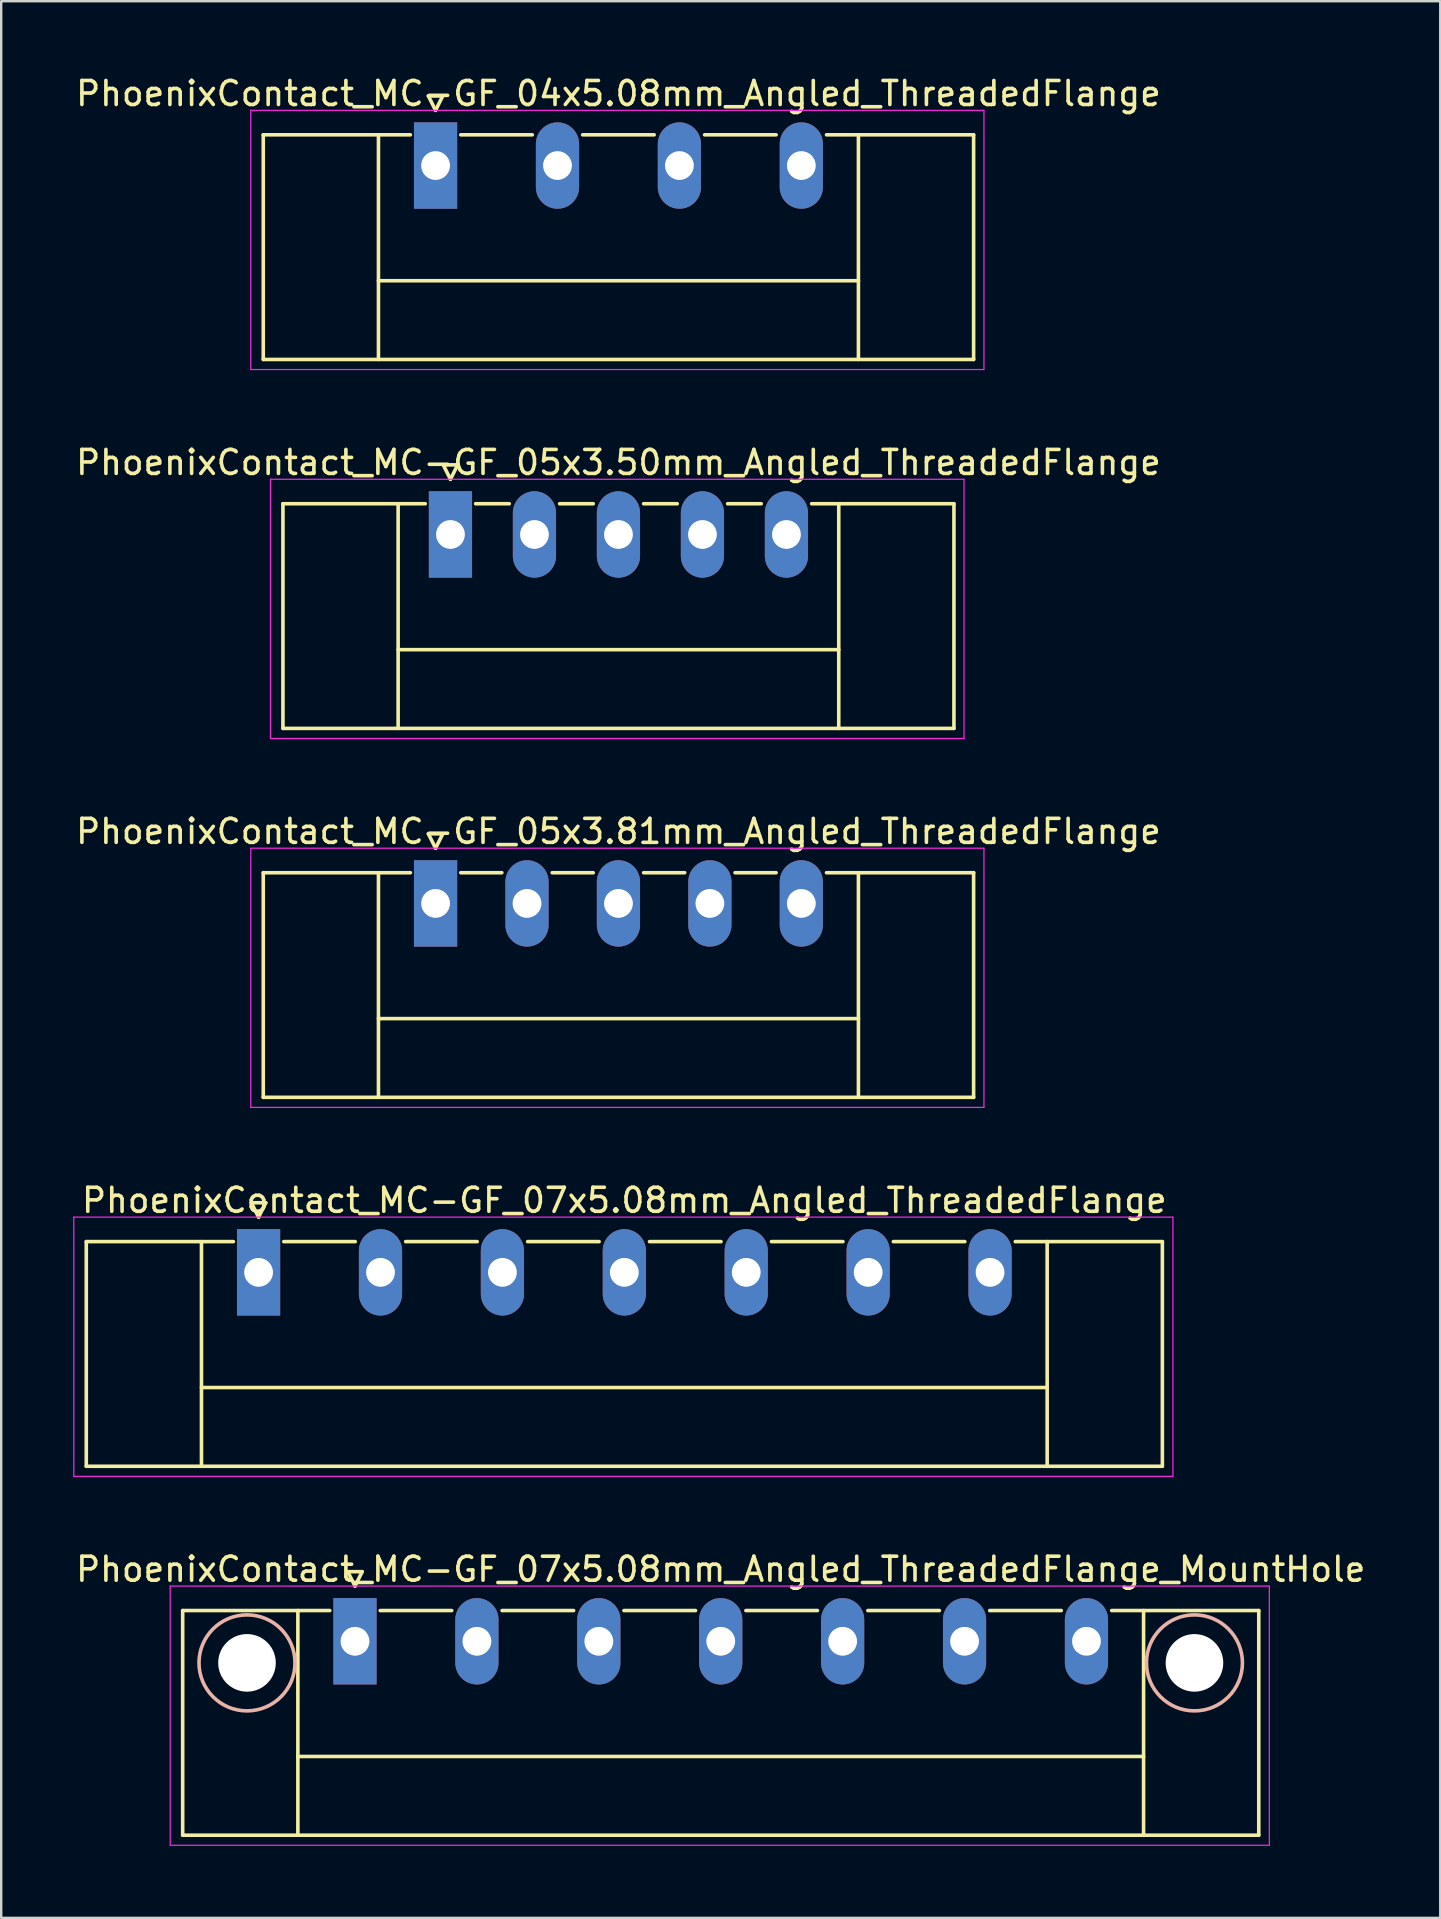
<source format=kicad_pcb>
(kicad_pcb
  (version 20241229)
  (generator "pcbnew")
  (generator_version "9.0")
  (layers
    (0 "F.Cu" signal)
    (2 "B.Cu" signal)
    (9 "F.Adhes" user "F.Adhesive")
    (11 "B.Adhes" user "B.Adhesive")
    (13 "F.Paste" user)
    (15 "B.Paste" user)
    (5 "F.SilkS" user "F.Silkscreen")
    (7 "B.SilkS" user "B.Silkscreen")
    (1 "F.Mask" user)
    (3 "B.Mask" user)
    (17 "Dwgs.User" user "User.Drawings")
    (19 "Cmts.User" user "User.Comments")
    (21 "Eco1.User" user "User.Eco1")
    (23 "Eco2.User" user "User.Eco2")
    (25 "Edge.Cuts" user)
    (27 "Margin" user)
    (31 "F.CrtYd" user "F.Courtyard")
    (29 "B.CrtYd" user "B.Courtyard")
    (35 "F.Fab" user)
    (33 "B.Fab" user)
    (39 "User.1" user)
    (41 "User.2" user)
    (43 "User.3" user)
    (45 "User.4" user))
  (footprint "PhoenixContact_MC-GF_04x5.08mm_Angled_ThreadedFlange"
    (layer "F.Cu")
    (at 15.1 3.848)
    (property "Reference" "PhoenixContact_MC-GF_04x5.08mm_Angled_ThreadedFlange" (at 7.62 -3 0) (layer "F.SilkS") (effects (font (size 1 1) (thickness 0.15))))
    (attr through_hole)
    (fp_line (start -7.18 -1.28) (end -7.18 8.08) (stroke (width 0.15) (type solid)) (layer "F.SilkS"))
    (fp_line (start -7.18 -1.28) (end -1.05 -1.28) (stroke (width 0.15) (type solid)) (layer "F.SilkS"))
    (fp_line (start -7.18 8.08) (end 22.42 8.08) (stroke (width 0.15) (type solid)) (layer "F.SilkS"))
    (fp_line (start -2.38 -1.28) (end -2.38 8.08) (stroke (width 0.15) (type solid)) (layer "F.SilkS"))
    (fp_line (start -2.38 4.8) (end 17.62 4.8) (stroke (width 0.15) (type solid)) (layer "F.SilkS"))
    (fp_line (start -0.3 -2.9) (end 0 -2.3) (stroke (width 0.15) (type solid)) (layer "F.SilkS"))
    (fp_line (start 0 -2.3) (end 0.3 -2.9) (stroke (width 0.15) (type solid)) (layer "F.SilkS"))
    (fp_line (start 0.3 -2.9) (end -0.3 -2.9) (stroke (width 0.15) (type solid)) (layer "F.SilkS"))
    (fp_line (start 1.05 -1.28) (end 4.03 -1.28) (stroke (width 0.15) (type solid)) (layer "F.SilkS"))
    (fp_line (start 6.13 -1.28) (end 9.11 -1.28) (stroke (width 0.15) (type solid)) (layer "F.SilkS"))
    (fp_line (start 11.21 -1.28) (end 14.19 -1.28) (stroke (width 0.15) (type solid)) (layer "F.SilkS"))
    (fp_line (start 17.62 -1.28) (end 17.62 8.08) (stroke (width 0.15) (type solid)) (layer "F.SilkS"))
    (fp_line (start 22.42 -1.28) (end 16.29 -1.28) (stroke (width 0.15) (type solid)) (layer "F.SilkS"))
    (fp_line (start 22.42 8.08) (end 22.42 -1.28) (stroke (width 0.15) (type solid)) (layer "F.SilkS"))
    (fp_line (start -7.7 -2.3) (end -7.7 8.5) (stroke (width 0.05) (type solid)) (layer "F.CrtYd"))
    (fp_line (start -7.7 8.5) (end 22.85 8.5) (stroke (width 0.05) (type solid)) (layer "F.CrtYd"))
    (fp_line (start 22.85 -2.3) (end -7.7 -2.3) (stroke (width 0.05) (type solid)) (layer "F.CrtYd"))
    (fp_line (start 22.85 8.5) (end 22.85 -2.3) (stroke (width 0.05) (type solid)) (layer "F.CrtYd"))
    (pad "1" thru_hole rect (at 0 0) (size 1.8 3.6) (drill 1.2) (layers "*.Cu" "*.Mask"))
    (pad "2" thru_hole oval (at 5.08 0) (size 1.8 3.6) (drill 1.2) (layers "*.Cu" "*.Mask"))
    (pad "3" thru_hole oval (at 10.16 0) (size 1.8 3.6) (drill 1.2) (layers "*.Cu" "*.Mask"))
    (pad "4" thru_hole oval (at 15.24 0) (size 1.8 3.6) (drill 1.2) (layers "*.Cu" "*.Mask")))
  (footprint "PhoenixContact_MC-GF_07x5.08mm_Angled_ThreadedFlange_MountHole"
    (layer "F.Cu")
    (at 11.742 65.341)
    (property "Reference" "PhoenixContact_MC-GF_07x5.08mm_Angled_ThreadedFlange_MountHole" (at 15.24 -3 0) (layer "F.SilkS") (effects (font (size 1 1) (thickness 0.15))))
    (attr through_hole)
    (fp_line (start -7.18 -1.28) (end -7.18 8.08) (stroke (width 0.15) (type solid)) (layer "F.SilkS"))
    (fp_line (start -7.18 -1.28) (end -1.05 -1.28) (stroke (width 0.15) (type solid)) (layer "F.SilkS"))
    (fp_line (start -7.18 8.08) (end 37.66 8.08) (stroke (width 0.15) (type solid)) (layer "F.SilkS"))
    (fp_line (start -2.38 -1.28) (end -2.38 8.08) (stroke (width 0.15) (type solid)) (layer "F.SilkS"))
    (fp_line (start -2.38 4.8) (end 32.86 4.8) (stroke (width 0.15) (type solid)) (layer "F.SilkS"))
    (fp_line (start -0.3 -2.9) (end 0 -2.3) (stroke (width 0.15) (type solid)) (layer "F.SilkS"))
    (fp_line (start 0 -2.3) (end 0.3 -2.9) (stroke (width 0.15) (type solid)) (layer "F.SilkS"))
    (fp_line (start 0.3 -2.9) (end -0.3 -2.9) (stroke (width 0.15) (type solid)) (layer "F.SilkS"))
    (fp_line (start 1.05 -1.28) (end 4.03 -1.28) (stroke (width 0.15) (type solid)) (layer "F.SilkS"))
    (fp_line (start 6.13 -1.28) (end 9.11 -1.28) (stroke (width 0.15) (type solid)) (layer "F.SilkS"))
    (fp_line (start 11.21 -1.28) (end 14.19 -1.28) (stroke (width 0.15) (type solid)) (layer "F.SilkS"))
    (fp_line (start 16.29 -1.28) (end 19.27 -1.28) (stroke (width 0.15) (type solid)) (layer "F.SilkS"))
    (fp_line (start 21.37 -1.28) (end 24.35 -1.28) (stroke (width 0.15) (type solid)) (layer "F.SilkS"))
    (fp_line (start 26.45 -1.28) (end 29.43 -1.28) (stroke (width 0.15) (type solid)) (layer "F.SilkS"))
    (fp_line (start 32.86 -1.28) (end 32.86 8.08) (stroke (width 0.15) (type solid)) (layer "F.SilkS"))
    (fp_line (start 37.66 -1.28) (end 31.53 -1.28) (stroke (width 0.15) (type solid)) (layer "F.SilkS"))
    (fp_line (start 37.66 8.08) (end 37.66 -1.28) (stroke (width 0.15) (type solid)) (layer "F.SilkS"))
    (fp_circle (center -4.5 0.9) (end -2.5 0.9) (stroke (width 0.15) (type solid)) (fill no) (layer "B.SilkS"))
    (fp_circle (center 34.98 0.9) (end 36.98 0.9) (stroke (width 0.15) (type solid)) (fill no) (layer "B.SilkS"))
    (fp_line (start -7.7 -2.3) (end -7.7 8.5) (stroke (width 0.05) (type solid)) (layer "F.CrtYd"))
    (fp_line (start -7.7 8.5) (end 38.1 8.5) (stroke (width 0.05) (type solid)) (layer "F.CrtYd"))
    (fp_line (start 38.1 -2.3) (end -7.7 -2.3) (stroke (width 0.05) (type solid)) (layer "F.CrtYd"))
    (fp_line (start 38.1 8.5) (end 38.1 -2.3) (stroke (width 0.05) (type solid)) (layer "F.CrtYd"))
    (pad "" np_thru_hole circle (at -4.5 0.9) (size 2.4 2.4) (drill 2.4) (layers "*.Cu" "*.Mask"))
    (pad "" np_thru_hole circle (at 34.98 0.9) (size 2.4 2.4) (drill 2.4) (layers "*.Cu" "*.Mask"))
    (pad "1" thru_hole rect (at 0 0) (size 1.8 3.6) (drill 1.2) (layers "*.Cu" "*.Mask"))
    (pad "2" thru_hole oval (at 5.08 0) (size 1.8 3.6) (drill 1.2) (layers "*.Cu" "*.Mask"))
    (pad "3" thru_hole oval (at 10.16 0) (size 1.8 3.6) (drill 1.2) (layers "*.Cu" "*.Mask"))
    (pad "4" thru_hole oval (at 15.24 0) (size 1.8 3.6) (drill 1.2) (layers "*.Cu" "*.Mask"))
    (pad "5" thru_hole oval (at 20.32 0) (size 1.8 3.6) (drill 1.2) (layers "*.Cu" "*.Mask"))
    (pad "6" thru_hole oval (at 25.4 0) (size 1.8 3.6) (drill 1.2) (layers "*.Cu" "*.Mask"))
    (pad "7" thru_hole oval (at 30.48 0) (size 1.8 3.6) (drill 1.2) (layers "*.Cu" "*.Mask")))
  (footprint "PhoenixContact_MC-GF_05x3.50mm_Angled_ThreadedFlange"
    (layer "F.Cu")
    (at 15.72 19.221)
    (property "Reference" "PhoenixContact_MC-GF_05x3.50mm_Angled_ThreadedFlange" (at 7 -3 0) (layer "F.SilkS") (effects (font (size 1 1) (thickness 0.15))))
    (attr through_hole)
    (fp_line (start -6.98 -1.28) (end -6.98 8.08) (stroke (width 0.15) (type solid)) (layer "F.SilkS"))
    (fp_line (start -6.98 -1.28) (end -1.05 -1.28) (stroke (width 0.15) (type solid)) (layer "F.SilkS"))
    (fp_line (start -6.98 8.08) (end 20.98 8.08) (stroke (width 0.15) (type solid)) (layer "F.SilkS"))
    (fp_line (start -2.18 -1.28) (end -2.18 8.08) (stroke (width 0.15) (type solid)) (layer "F.SilkS"))
    (fp_line (start -2.18 4.8) (end 16.18 4.8) (stroke (width 0.15) (type solid)) (layer "F.SilkS"))
    (fp_line (start -0.3 -2.9) (end 0 -2.3) (stroke (width 0.15) (type solid)) (layer "F.SilkS"))
    (fp_line (start 0 -2.3) (end 0.3 -2.9) (stroke (width 0.15) (type solid)) (layer "F.SilkS"))
    (fp_line (start 0.3 -2.9) (end -0.3 -2.9) (stroke (width 0.15) (type solid)) (layer "F.SilkS"))
    (fp_line (start 1.05 -1.28) (end 2.45 -1.28) (stroke (width 0.15) (type solid)) (layer "F.SilkS"))
    (fp_line (start 4.55 -1.28) (end 5.95 -1.28) (stroke (width 0.15) (type solid)) (layer "F.SilkS"))
    (fp_line (start 8.05 -1.28) (end 9.45 -1.28) (stroke (width 0.15) (type solid)) (layer "F.SilkS"))
    (fp_line (start 11.55 -1.28) (end 12.95 -1.28) (stroke (width 0.15) (type solid)) (layer "F.SilkS"))
    (fp_line (start 16.18 -1.28) (end 16.18 8.08) (stroke (width 0.15) (type solid)) (layer "F.SilkS"))
    (fp_line (start 20.98 -1.28) (end 15.05 -1.28) (stroke (width 0.15) (type solid)) (layer "F.SilkS"))
    (fp_line (start 20.98 8.08) (end 20.98 -1.28) (stroke (width 0.15) (type solid)) (layer "F.SilkS"))
    (fp_line (start -7.5 -2.3) (end -7.5 8.5) (stroke (width 0.05) (type solid)) (layer "F.CrtYd"))
    (fp_line (start -7.5 8.5) (end 21.4 8.5) (stroke (width 0.05) (type solid)) (layer "F.CrtYd"))
    (fp_line (start 21.4 -2.3) (end -7.5 -2.3) (stroke (width 0.05) (type solid)) (layer "F.CrtYd"))
    (fp_line (start 21.4 8.5) (end 21.4 -2.3) (stroke (width 0.05) (type solid)) (layer "F.CrtYd"))
    (pad "1" thru_hole rect (at 0 0) (size 1.8 3.6) (drill 1.2) (layers "*.Cu" "*.Mask"))
    (pad "2" thru_hole oval (at 3.5 0) (size 1.8 3.6) (drill 1.2) (layers "*.Cu" "*.Mask"))
    (pad "3" thru_hole oval (at 7 0) (size 1.8 3.6) (drill 1.2) (layers "*.Cu" "*.Mask"))
    (pad "4" thru_hole oval (at 10.5 0) (size 1.8 3.6) (drill 1.2) (layers "*.Cu" "*.Mask"))
    (pad "5" thru_hole oval (at 14 0) (size 1.8 3.6) (drill 1.2) (layers "*.Cu" "*.Mask")))
  (footprint "PhoenixContact_MC-GF_05x3.81mm_Angled_ThreadedFlange"
    (layer "F.Cu")
    (at 15.1 34.595)
    (property "Reference" "PhoenixContact_MC-GF_05x3.81mm_Angled_ThreadedFlange" (at 7.62 -3 0) (layer "F.SilkS") (effects (font (size 1 1) (thickness 0.15))))
    (attr through_hole)
    (fp_line (start -7.18 -1.28) (end -7.18 8.08) (stroke (width 0.15) (type solid)) (layer "F.SilkS"))
    (fp_line (start -7.18 -1.28) (end -1.05 -1.28) (stroke (width 0.15) (type solid)) (layer "F.SilkS"))
    (fp_line (start -7.18 8.08) (end 22.42 8.08) (stroke (width 0.15) (type solid)) (layer "F.SilkS"))
    (fp_line (start -2.38 -1.28) (end -2.38 8.08) (stroke (width 0.15) (type solid)) (layer "F.SilkS"))
    (fp_line (start -2.38 4.8) (end 17.62 4.8) (stroke (width 0.15) (type solid)) (layer "F.SilkS"))
    (fp_line (start -0.3 -2.9) (end 0 -2.3) (stroke (width 0.15) (type solid)) (layer "F.SilkS"))
    (fp_line (start 0 -2.3) (end 0.3 -2.9) (stroke (width 0.15) (type solid)) (layer "F.SilkS"))
    (fp_line (start 0.3 -2.9) (end -0.3 -2.9) (stroke (width 0.15) (type solid)) (layer "F.SilkS"))
    (fp_line (start 1.05 -1.28) (end 2.76 -1.28) (stroke (width 0.15) (type solid)) (layer "F.SilkS"))
    (fp_line (start 4.86 -1.28) (end 6.57 -1.28) (stroke (width 0.15) (type solid)) (layer "F.SilkS"))
    (fp_line (start 8.67 -1.28) (end 10.38 -1.28) (stroke (width 0.15) (type solid)) (layer "F.SilkS"))
    (fp_line (start 12.48 -1.28) (end 14.19 -1.28) (stroke (width 0.15) (type solid)) (layer "F.SilkS"))
    (fp_line (start 17.62 -1.28) (end 17.62 8.08) (stroke (width 0.15) (type solid)) (layer "F.SilkS"))
    (fp_line (start 22.42 -1.28) (end 16.29 -1.28) (stroke (width 0.15) (type solid)) (layer "F.SilkS"))
    (fp_line (start 22.42 8.08) (end 22.42 -1.28) (stroke (width 0.15) (type solid)) (layer "F.SilkS"))
    (fp_line (start -7.7 -2.3) (end -7.7 8.5) (stroke (width 0.05) (type solid)) (layer "F.CrtYd"))
    (fp_line (start -7.7 8.5) (end 22.85 8.5) (stroke (width 0.05) (type solid)) (layer "F.CrtYd"))
    (fp_line (start 22.85 -2.3) (end -7.7 -2.3) (stroke (width 0.05) (type solid)) (layer "F.CrtYd"))
    (fp_line (start 22.85 8.5) (end 22.85 -2.3) (stroke (width 0.05) (type solid)) (layer "F.CrtYd"))
    (pad "1" thru_hole rect (at 0 0) (size 1.8 3.6) (drill 1.2) (layers "*.Cu" "*.Mask"))
    (pad "2" thru_hole oval (at 3.81 0) (size 1.8 3.6) (drill 1.2) (layers "*.Cu" "*.Mask"))
    (pad "3" thru_hole oval (at 7.62 0) (size 1.8 3.6) (drill 1.2) (layers "*.Cu" "*.Mask"))
    (pad "4" thru_hole oval (at 11.43 0) (size 1.8 3.6) (drill 1.2) (layers "*.Cu" "*.Mask"))
    (pad "5" thru_hole oval (at 15.24 0) (size 1.8 3.6) (drill 1.2) (layers "*.Cu" "*.Mask")))
  (footprint "PhoenixContact_MC-GF_07x5.08mm_Angled_ThreadedFlange"
    (layer "F.Cu")
    (at 7.725 49.968)
    (property "Reference" "PhoenixContact_MC-GF_07x5.08mm_Angled_ThreadedFlange" (at 15.24 -3 0) (layer "F.SilkS") (effects (font (size 1 1) (thickness 0.15))))
    (attr through_hole)
    (fp_line (start -7.18 -1.28) (end -7.18 8.08) (stroke (width 0.15) (type solid)) (layer "F.SilkS"))
    (fp_line (start -7.18 -1.28) (end -1.05 -1.28) (stroke (width 0.15) (type solid)) (layer "F.SilkS"))
    (fp_line (start -7.18 8.08) (end 37.66 8.08) (stroke (width 0.15) (type solid)) (layer "F.SilkS"))
    (fp_line (start -2.38 -1.28) (end -2.38 8.08) (stroke (width 0.15) (type solid)) (layer "F.SilkS"))
    (fp_line (start -2.38 4.8) (end 32.86 4.8) (stroke (width 0.15) (type solid)) (layer "F.SilkS"))
    (fp_line (start -0.3 -2.9) (end 0 -2.3) (stroke (width 0.15) (type solid)) (layer "F.SilkS"))
    (fp_line (start 0 -2.3) (end 0.3 -2.9) (stroke (width 0.15) (type solid)) (layer "F.SilkS"))
    (fp_line (start 0.3 -2.9) (end -0.3 -2.9) (stroke (width 0.15) (type solid)) (layer "F.SilkS"))
    (fp_line (start 1.05 -1.28) (end 4.03 -1.28) (stroke (width 0.15) (type solid)) (layer "F.SilkS"))
    (fp_line (start 6.13 -1.28) (end 9.11 -1.28) (stroke (width 0.15) (type solid)) (layer "F.SilkS"))
    (fp_line (start 11.21 -1.28) (end 14.19 -1.28) (stroke (width 0.15) (type solid)) (layer "F.SilkS"))
    (fp_line (start 16.29 -1.28) (end 19.27 -1.28) (stroke (width 0.15) (type solid)) (layer "F.SilkS"))
    (fp_line (start 21.37 -1.28) (end 24.35 -1.28) (stroke (width 0.15) (type solid)) (layer "F.SilkS"))
    (fp_line (start 26.45 -1.28) (end 29.43 -1.28) (stroke (width 0.15) (type solid)) (layer "F.SilkS"))
    (fp_line (start 32.86 -1.28) (end 32.86 8.08) (stroke (width 0.15) (type solid)) (layer "F.SilkS"))
    (fp_line (start 37.66 -1.28) (end 31.53 -1.28) (stroke (width 0.15) (type solid)) (layer "F.SilkS"))
    (fp_line (start 37.66 8.08) (end 37.66 -1.28) (stroke (width 0.15) (type solid)) (layer "F.SilkS"))
    (fp_line (start -7.7 -2.3) (end -7.7 8.5) (stroke (width 0.05) (type solid)) (layer "F.CrtYd"))
    (fp_line (start -7.7 8.5) (end 38.1 8.5) (stroke (width 0.05) (type solid)) (layer "F.CrtYd"))
    (fp_line (start 38.1 -2.3) (end -7.7 -2.3) (stroke (width 0.05) (type solid)) (layer "F.CrtYd"))
    (fp_line (start 38.1 8.5) (end 38.1 -2.3) (stroke (width 0.05) (type solid)) (layer "F.CrtYd"))
    (pad "1" thru_hole rect (at 0 0) (size 1.8 3.6) (drill 1.2) (layers "*.Cu" "*.Mask"))
    (pad "2" thru_hole oval (at 5.08 0) (size 1.8 3.6) (drill 1.2) (layers "*.Cu" "*.Mask"))
    (pad "3" thru_hole oval (at 10.16 0) (size 1.8 3.6) (drill 1.2) (layers "*.Cu" "*.Mask"))
    (pad "4" thru_hole oval (at 15.24 0) (size 1.8 3.6) (drill 1.2) (layers "*.Cu" "*.Mask"))
    (pad "5" thru_hole oval (at 20.32 0) (size 1.8 3.6) (drill 1.2) (layers "*.Cu" "*.Mask"))
    (pad "6" thru_hole oval (at 25.4 0) (size 1.8 3.6) (drill 1.2) (layers "*.Cu" "*.Mask"))
    (pad "7" thru_hole oval (at 30.48 0) (size 1.8 3.6) (drill 1.2) (layers "*.Cu" "*.Mask")))
  (gr_rect
    (start -3 -3)
    (end 56.964 76.866)
    (stroke (width 0.1) (type default))
    (fill no)
    (layer "Edge.Cuts")))
</source>
